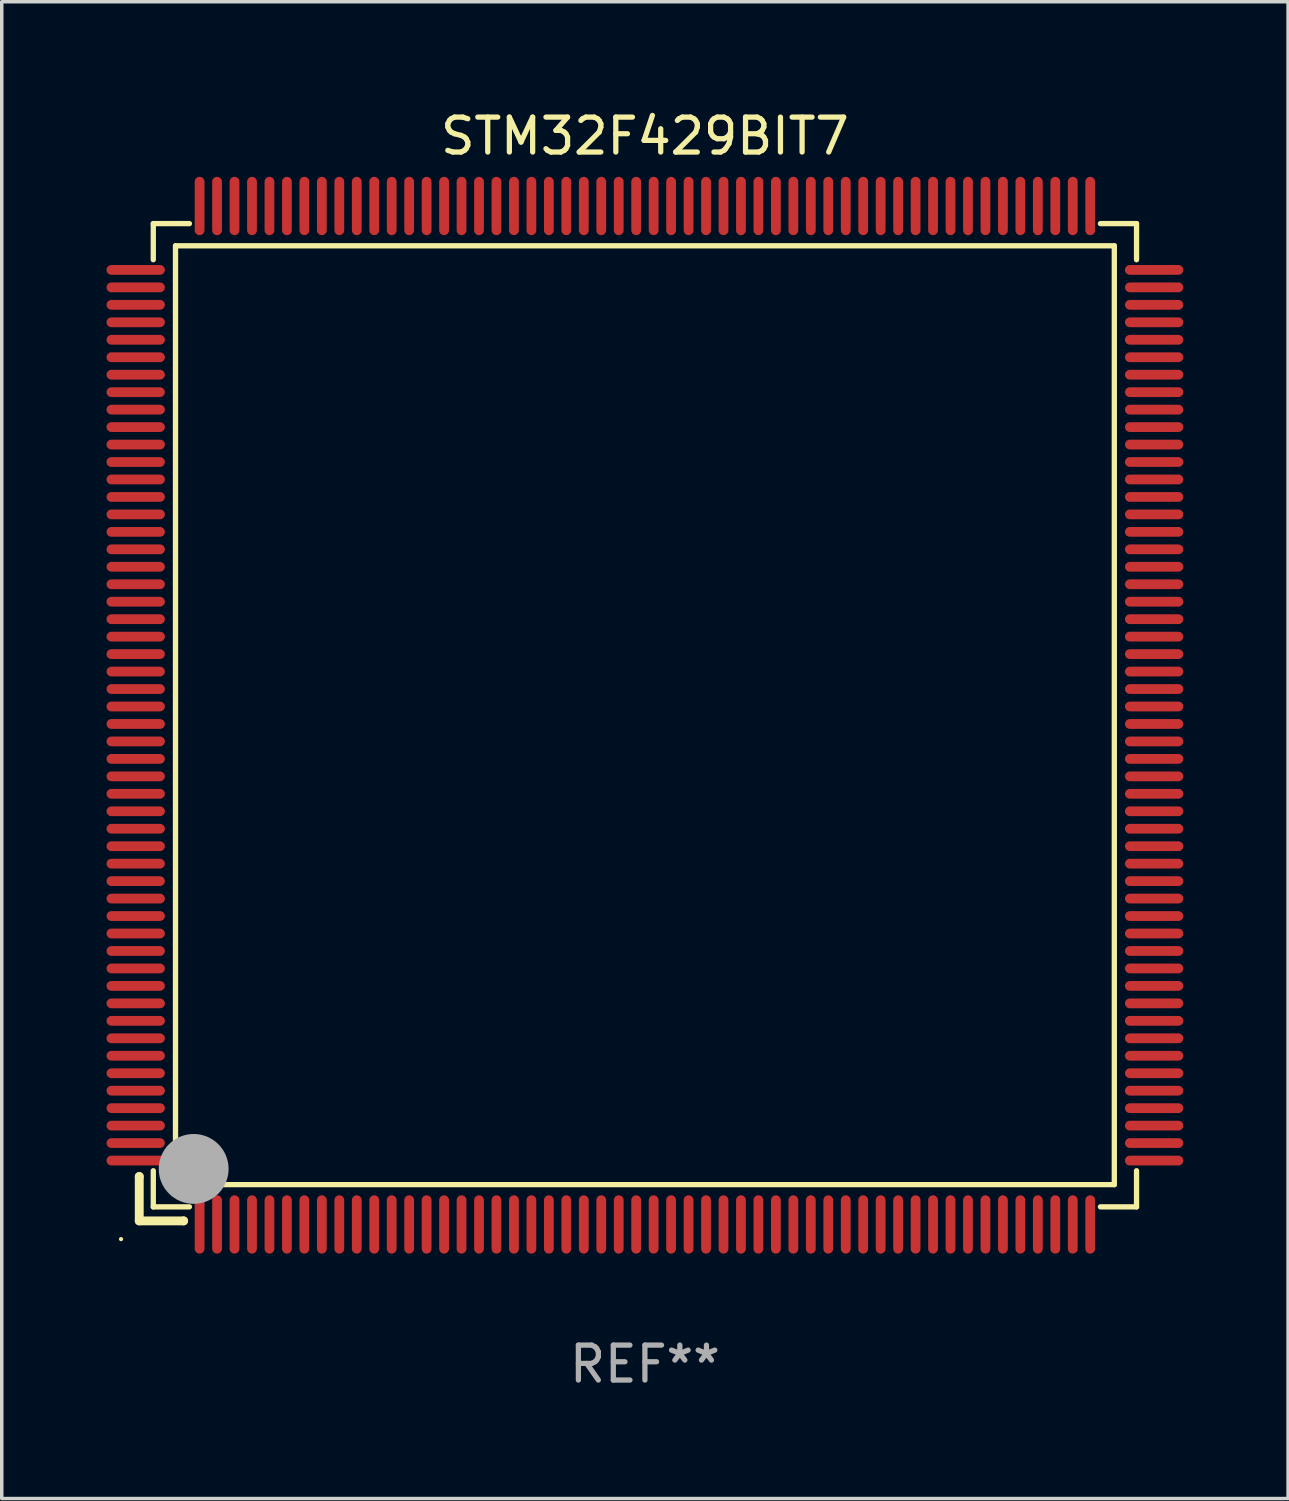
<source format=kicad_pcb>
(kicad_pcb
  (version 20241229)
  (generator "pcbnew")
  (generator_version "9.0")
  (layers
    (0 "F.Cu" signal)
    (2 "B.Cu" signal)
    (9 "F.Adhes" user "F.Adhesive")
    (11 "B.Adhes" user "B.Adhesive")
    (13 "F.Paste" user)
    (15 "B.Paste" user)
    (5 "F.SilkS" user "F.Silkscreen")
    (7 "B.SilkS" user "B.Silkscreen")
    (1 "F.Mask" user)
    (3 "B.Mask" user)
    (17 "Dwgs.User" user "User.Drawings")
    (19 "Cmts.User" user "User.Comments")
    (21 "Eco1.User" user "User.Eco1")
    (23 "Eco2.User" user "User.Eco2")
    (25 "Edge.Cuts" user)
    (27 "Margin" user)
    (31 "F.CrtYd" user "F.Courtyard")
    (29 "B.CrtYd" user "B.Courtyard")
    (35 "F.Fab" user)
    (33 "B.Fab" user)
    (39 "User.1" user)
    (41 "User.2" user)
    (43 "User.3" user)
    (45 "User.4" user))
  (footprint "STM32F429BIT7"
    (layer "F.Cu")
    (at 15.415 17.428)
    (property "Reference" "STM32F429BIT7" (at 0 -16.58 0) (layer "F.SilkS") (effects (font (size 1 1) (thickness 0.15))))
    (attr through_hole)
    (fp_line (start -14.478 13.208) (end -14.478 13.208) (stroke (width 0.254) (type solid)) (layer "F.SilkS"))
    (fp_line (start -14.478 13.208) (end -14.478 14.478) (stroke (width 0.254) (type solid)) (layer "F.SilkS"))
    (fp_line (start -14.478 14.478) (end -13.208 14.478) (stroke (width 0.254) (type solid)) (layer "F.SilkS"))
    (fp_line (start -14.076 -14.076) (end -14.076 -13.042) (stroke (width 0.152) (type solid)) (layer "F.SilkS"))
    (fp_line (start -14.076 14.076) (end -14.076 13.042) (stroke (width 0.152) (type solid)) (layer "F.SilkS"))
    (fp_line (start -13.44 -13.44) (end 13.44 -13.44) (stroke (width 0.152) (type solid)) (layer "F.SilkS"))
    (fp_line (start -13.44 13.44) (end -13.44 -13.44) (stroke (width 0.152) (type solid)) (layer "F.SilkS"))
    (fp_line (start -13.208 14.478) (end -13.208 14.478) (stroke (width 0.254) (type solid)) (layer "F.SilkS"))
    (fp_line (start -13.042 -14.076) (end -14.076 -14.076) (stroke (width 0.152) (type solid)) (layer "F.SilkS"))
    (fp_line (start -13.042 14.076) (end -14.076 14.076) (stroke (width 0.152) (type solid)) (layer "F.SilkS"))
    (fp_line (start 13.042 -14.076) (end 14.076 -14.076) (stroke (width 0.152) (type solid)) (layer "F.SilkS"))
    (fp_line (start 13.042 14.076) (end 14.076 14.076) (stroke (width 0.152) (type solid)) (layer "F.SilkS"))
    (fp_line (start 13.44 -13.44) (end 13.44 13.44) (stroke (width 0.152) (type solid)) (layer "F.SilkS"))
    (fp_line (start 13.44 13.44) (end -13.44 13.44) (stroke (width 0.152) (type solid)) (layer "F.SilkS"))
    (fp_line (start 14.076 -14.076) (end 14.076 -13.042) (stroke (width 0.152) (type solid)) (layer "F.SilkS"))
    (fp_line (start 14.076 14.076) (end 14.076 13.042) (stroke (width 0.152) (type solid)) (layer "F.SilkS"))
    (fp_circle (center -15 15) (end -14.97 15) (stroke (width 0.06) (type solid)) (fill no) (layer "F.SilkS"))
    (fp_circle (center -13.138 13.138) (end -13.063 13.138) (stroke (width 0.15) (type solid)) (fill no) (layer "F.SilkS"))
    (fp_circle (center -12.92 12.99) (end -12.42 12.99) (stroke (width 1) (type solid)) (fill no) (layer "F.Fab"))
    (fp_text user "REF**" (at 0 18.58 0) (layer "F.Fab") (effects (font (size 1 1) (thickness 0.15))))
    (pad "1" smd oval (at -12.75 14.58) (size 0.28 1.67) (layers "F.Cu" "F.Mask" "F.Paste"))
    (pad "2" smd oval (at -12.25 14.58) (size 0.28 1.67) (layers "F.Cu" "F.Mask" "F.Paste"))
    (pad "3" smd oval (at -11.75 14.58) (size 0.28 1.67) (layers "F.Cu" "F.Mask" "F.Paste"))
    (pad "4" smd oval (at -11.25 14.58) (size 0.28 1.67) (layers "F.Cu" "F.Mask" "F.Paste"))
    (pad "5" smd oval (at -10.75 14.58) (size 0.28 1.67) (layers "F.Cu" "F.Mask" "F.Paste"))
    (pad "6" smd oval (at -10.25 14.58) (size 0.28 1.67) (layers "F.Cu" "F.Mask" "F.Paste"))
    (pad "7" smd oval (at -9.75 14.58) (size 0.28 1.67) (layers "F.Cu" "F.Mask" "F.Paste"))
    (pad "8" smd oval (at -9.25 14.58) (size 0.28 1.67) (layers "F.Cu" "F.Mask" "F.Paste"))
    (pad "9" smd oval (at -8.75 14.58) (size 0.28 1.67) (layers "F.Cu" "F.Mask" "F.Paste"))
    (pad "10" smd oval (at -8.25 14.58) (size 0.28 1.67) (layers "F.Cu" "F.Mask" "F.Paste"))
    (pad "11" smd oval (at -7.75 14.58) (size 0.28 1.67) (layers "F.Cu" "F.Mask" "F.Paste"))
    (pad "12" smd oval (at -7.25 14.58) (size 0.28 1.67) (layers "F.Cu" "F.Mask" "F.Paste"))
    (pad "13" smd oval (at -6.75 14.58) (size 0.28 1.67) (layers "F.Cu" "F.Mask" "F.Paste"))
    (pad "14" smd oval (at -6.25 14.58) (size 0.28 1.67) (layers "F.Cu" "F.Mask" "F.Paste"))
    (pad "15" smd oval (at -5.75 14.58) (size 0.28 1.67) (layers "F.Cu" "F.Mask" "F.Paste"))
    (pad "16" smd oval (at -5.25 14.58) (size 0.28 1.67) (layers "F.Cu" "F.Mask" "F.Paste"))
    (pad "17" smd oval (at -4.75 14.58) (size 0.28 1.67) (layers "F.Cu" "F.Mask" "F.Paste"))
    (pad "18" smd oval (at -4.25 14.58) (size 0.28 1.67) (layers "F.Cu" "F.Mask" "F.Paste"))
    (pad "19" smd oval (at -3.75 14.58) (size 0.28 1.67) (layers "F.Cu" "F.Mask" "F.Paste"))
    (pad "20" smd oval (at -3.25 14.58) (size 0.28 1.67) (layers "F.Cu" "F.Mask" "F.Paste"))
    (pad "21" smd oval (at -2.75 14.58) (size 0.28 1.67) (layers "F.Cu" "F.Mask" "F.Paste"))
    (pad "22" smd oval (at -2.25 14.58) (size 0.28 1.67) (layers "F.Cu" "F.Mask" "F.Paste"))
    (pad "23" smd oval (at -1.75 14.58) (size 0.28 1.67) (layers "F.Cu" "F.Mask" "F.Paste"))
    (pad "24" smd oval (at -1.25 14.58) (size 0.28 1.67) (layers "F.Cu" "F.Mask" "F.Paste"))
    (pad "25" smd oval (at -0.75 14.58) (size 0.28 1.67) (layers "F.Cu" "F.Mask" "F.Paste"))
    (pad "26" smd oval (at -0.25 14.58) (size 0.28 1.67) (layers "F.Cu" "F.Mask" "F.Paste"))
    (pad "27" smd oval (at 0.25 14.58) (size 0.28 1.67) (layers "F.Cu" "F.Mask" "F.Paste"))
    (pad "28" smd oval (at 0.75 14.58) (size 0.28 1.67) (layers "F.Cu" "F.Mask" "F.Paste"))
    (pad "29" smd oval (at 1.25 14.58) (size 0.28 1.67) (layers "F.Cu" "F.Mask" "F.Paste"))
    (pad "30" smd oval (at 1.75 14.58) (size 0.28 1.67) (layers "F.Cu" "F.Mask" "F.Paste"))
    (pad "31" smd oval (at 2.25 14.58) (size 0.28 1.67) (layers "F.Cu" "F.Mask" "F.Paste"))
    (pad "32" smd oval (at 2.75 14.58) (size 0.28 1.67) (layers "F.Cu" "F.Mask" "F.Paste"))
    (pad "33" smd oval (at 3.25 14.58) (size 0.28 1.67) (layers "F.Cu" "F.Mask" "F.Paste"))
    (pad "34" smd oval (at 3.75 14.58) (size 0.28 1.67) (layers "F.Cu" "F.Mask" "F.Paste"))
    (pad "35" smd oval (at 4.25 14.58) (size 0.28 1.67) (layers "F.Cu" "F.Mask" "F.Paste"))
    (pad "36" smd oval (at 4.75 14.58) (size 0.28 1.67) (layers "F.Cu" "F.Mask" "F.Paste"))
    (pad "37" smd oval (at 5.25 14.58) (size 0.28 1.67) (layers "F.Cu" "F.Mask" "F.Paste"))
    (pad "38" smd oval (at 5.75 14.58) (size 0.28 1.67) (layers "F.Cu" "F.Mask" "F.Paste"))
    (pad "39" smd oval (at 6.25 14.58) (size 0.28 1.67) (layers "F.Cu" "F.Mask" "F.Paste"))
    (pad "40" smd oval (at 6.75 14.58) (size 0.28 1.67) (layers "F.Cu" "F.Mask" "F.Paste"))
    (pad "41" smd oval (at 7.25 14.58) (size 0.28 1.67) (layers "F.Cu" "F.Mask" "F.Paste"))
    (pad "42" smd oval (at 7.75 14.58) (size 0.28 1.67) (layers "F.Cu" "F.Mask" "F.Paste"))
    (pad "43" smd oval (at 8.25 14.58) (size 0.28 1.67) (layers "F.Cu" "F.Mask" "F.Paste"))
    (pad "44" smd oval (at 8.75 14.58) (size 0.28 1.67) (layers "F.Cu" "F.Mask" "F.Paste"))
    (pad "45" smd oval (at 9.25 14.58) (size 0.28 1.67) (layers "F.Cu" "F.Mask" "F.Paste"))
    (pad "46" smd oval (at 9.75 14.58) (size 0.28 1.67) (layers "F.Cu" "F.Mask" "F.Paste"))
    (pad "47" smd oval (at 10.25 14.58) (size 0.28 1.67) (layers "F.Cu" "F.Mask" "F.Paste"))
    (pad "48" smd oval (at 10.75 14.58) (size 0.28 1.67) (layers "F.Cu" "F.Mask" "F.Paste"))
    (pad "49" smd oval (at 11.25 14.58) (size 0.28 1.67) (layers "F.Cu" "F.Mask" "F.Paste"))
    (pad "50" smd oval (at 11.75 14.58) (size 0.28 1.67) (layers "F.Cu" "F.Mask" "F.Paste"))
    (pad "51" smd oval (at 12.25 14.58) (size 0.28 1.67) (layers "F.Cu" "F.Mask" "F.Paste"))
    (pad "52" smd oval (at 12.75 14.58) (size 0.28 1.67) (layers "F.Cu" "F.Mask" "F.Paste"))
    (pad "53" smd oval (at 14.58 12.75) (size 1.67 0.28) (layers "F.Cu" "F.Mask" "F.Paste"))
    (pad "54" smd oval (at 14.58 12.25) (size 1.67 0.28) (layers "F.Cu" "F.Mask" "F.Paste"))
    (pad "55" smd oval (at 14.58 11.75) (size 1.67 0.28) (layers "F.Cu" "F.Mask" "F.Paste"))
    (pad "56" smd oval (at 14.58 11.25) (size 1.67 0.28) (layers "F.Cu" "F.Mask" "F.Paste"))
    (pad "57" smd oval (at 14.58 10.75) (size 1.67 0.28) (layers "F.Cu" "F.Mask" "F.Paste"))
    (pad "58" smd oval (at 14.58 10.25) (size 1.67 0.28) (layers "F.Cu" "F.Mask" "F.Paste"))
    (pad "59" smd oval (at 14.58 9.75) (size 1.67 0.28) (layers "F.Cu" "F.Mask" "F.Paste"))
    (pad "60" smd oval (at 14.58 9.25) (size 1.67 0.28) (layers "F.Cu" "F.Mask" "F.Paste"))
    (pad "61" smd oval (at 14.58 8.75) (size 1.67 0.28) (layers "F.Cu" "F.Mask" "F.Paste"))
    (pad "62" smd oval (at 14.58 8.25) (size 1.67 0.28) (layers "F.Cu" "F.Mask" "F.Paste"))
    (pad "63" smd oval (at 14.58 7.75) (size 1.67 0.28) (layers "F.Cu" "F.Mask" "F.Paste"))
    (pad "64" smd oval (at 14.58 7.25) (size 1.67 0.28) (layers "F.Cu" "F.Mask" "F.Paste"))
    (pad "65" smd oval (at 14.58 6.75) (size 1.67 0.28) (layers "F.Cu" "F.Mask" "F.Paste"))
    (pad "66" smd oval (at 14.58 6.25) (size 1.67 0.28) (layers "F.Cu" "F.Mask" "F.Paste"))
    (pad "67" smd oval (at 14.58 5.75) (size 1.67 0.28) (layers "F.Cu" "F.Mask" "F.Paste"))
    (pad "68" smd oval (at 14.58 5.25) (size 1.67 0.28) (layers "F.Cu" "F.Mask" "F.Paste"))
    (pad "69" smd oval (at 14.58 4.75) (size 1.67 0.28) (layers "F.Cu" "F.Mask" "F.Paste"))
    (pad "70" smd oval (at 14.58 4.25) (size 1.67 0.28) (layers "F.Cu" "F.Mask" "F.Paste"))
    (pad "71" smd oval (at 14.58 3.75) (size 1.67 0.28) (layers "F.Cu" "F.Mask" "F.Paste"))
    (pad "72" smd oval (at 14.58 3.25) (size 1.67 0.28) (layers "F.Cu" "F.Mask" "F.Paste"))
    (pad "73" smd oval (at 14.58 2.75) (size 1.67 0.28) (layers "F.Cu" "F.Mask" "F.Paste"))
    (pad "74" smd oval (at 14.58 2.25) (size 1.67 0.28) (layers "F.Cu" "F.Mask" "F.Paste"))
    (pad "75" smd oval (at 14.58 1.75) (size 1.67 0.28) (layers "F.Cu" "F.Mask" "F.Paste"))
    (pad "76" smd oval (at 14.58 1.25) (size 1.67 0.28) (layers "F.Cu" "F.Mask" "F.Paste"))
    (pad "77" smd oval (at 14.58 0.75) (size 1.67 0.28) (layers "F.Cu" "F.Mask" "F.Paste"))
    (pad "78" smd oval (at 14.58 0.25) (size 1.67 0.28) (layers "F.Cu" "F.Mask" "F.Paste"))
    (pad "79" smd oval (at 14.58 -0.25) (size 1.67 0.28) (layers "F.Cu" "F.Mask" "F.Paste"))
    (pad "80" smd oval (at 14.58 -0.75) (size 1.67 0.28) (layers "F.Cu" "F.Mask" "F.Paste"))
    (pad "81" smd oval (at 14.58 -1.25) (size 1.67 0.28) (layers "F.Cu" "F.Mask" "F.Paste"))
    (pad "82" smd oval (at 14.58 -1.75) (size 1.67 0.28) (layers "F.Cu" "F.Mask" "F.Paste"))
    (pad "83" smd oval (at 14.58 -2.25) (size 1.67 0.28) (layers "F.Cu" "F.Mask" "F.Paste"))
    (pad "84" smd oval (at 14.58 -2.75) (size 1.67 0.28) (layers "F.Cu" "F.Mask" "F.Paste"))
    (pad "85" smd oval (at 14.58 -3.25) (size 1.67 0.28) (layers "F.Cu" "F.Mask" "F.Paste"))
    (pad "86" smd oval (at 14.58 -3.75) (size 1.67 0.28) (layers "F.Cu" "F.Mask" "F.Paste"))
    (pad "87" smd oval (at 14.58 -4.25) (size 1.67 0.28) (layers "F.Cu" "F.Mask" "F.Paste"))
    (pad "88" smd oval (at 14.58 -4.75) (size 1.67 0.28) (layers "F.Cu" "F.Mask" "F.Paste"))
    (pad "89" smd oval (at 14.58 -5.25) (size 1.67 0.28) (layers "F.Cu" "F.Mask" "F.Paste"))
    (pad "90" smd oval (at 14.58 -5.75) (size 1.67 0.28) (layers "F.Cu" "F.Mask" "F.Paste"))
    (pad "91" smd oval (at 14.58 -6.25) (size 1.67 0.28) (layers "F.Cu" "F.Mask" "F.Paste"))
    (pad "92" smd oval (at 14.58 -6.75) (size 1.67 0.28) (layers "F.Cu" "F.Mask" "F.Paste"))
    (pad "93" smd oval (at 14.58 -7.25) (size 1.67 0.28) (layers "F.Cu" "F.Mask" "F.Paste"))
    (pad "94" smd oval (at 14.58 -7.75) (size 1.67 0.28) (layers "F.Cu" "F.Mask" "F.Paste"))
    (pad "95" smd oval (at 14.58 -8.25) (size 1.67 0.28) (layers "F.Cu" "F.Mask" "F.Paste"))
    (pad "96" smd oval (at 14.58 -8.75) (size 1.67 0.28) (layers "F.Cu" "F.Mask" "F.Paste"))
    (pad "97" smd oval (at 14.58 -9.25) (size 1.67 0.28) (layers "F.Cu" "F.Mask" "F.Paste"))
    (pad "98" smd oval (at 14.58 -9.75) (size 1.67 0.28) (layers "F.Cu" "F.Mask" "F.Paste"))
    (pad "99" smd oval (at 14.58 -10.25) (size 1.67 0.28) (layers "F.Cu" "F.Mask" "F.Paste"))
    (pad "100" smd oval (at 14.58 -10.75) (size 1.67 0.28) (layers "F.Cu" "F.Mask" "F.Paste"))
    (pad "101" smd oval (at 14.58 -11.25) (size 1.67 0.28) (layers "F.Cu" "F.Mask" "F.Paste"))
    (pad "102" smd oval (at 14.58 -11.75) (size 1.67 0.28) (layers "F.Cu" "F.Mask" "F.Paste"))
    (pad "103" smd oval (at 14.58 -12.25) (size 1.67 0.28) (layers "F.Cu" "F.Mask" "F.Paste"))
    (pad "104" smd oval (at 14.58 -12.75) (size 1.67 0.28) (layers "F.Cu" "F.Mask" "F.Paste"))
    (pad "105" smd oval (at 12.75 -14.58) (size 0.28 1.67) (layers "F.Cu" "F.Mask" "F.Paste"))
    (pad "106" smd oval (at 12.25 -14.58) (size 0.28 1.67) (layers "F.Cu" "F.Mask" "F.Paste"))
    (pad "107" smd oval (at 11.75 -14.58) (size 0.28 1.67) (layers "F.Cu" "F.Mask" "F.Paste"))
    (pad "108" smd oval (at 11.25 -14.58) (size 0.28 1.67) (layers "F.Cu" "F.Mask" "F.Paste"))
    (pad "109" smd oval (at 10.75 -14.58) (size 0.28 1.67) (layers "F.Cu" "F.Mask" "F.Paste"))
    (pad "110" smd oval (at 10.25 -14.58) (size 0.28 1.67) (layers "F.Cu" "F.Mask" "F.Paste"))
    (pad "111" smd oval (at 9.75 -14.58) (size 0.28 1.67) (layers "F.Cu" "F.Mask" "F.Paste"))
    (pad "112" smd oval (at 9.25 -14.58) (size 0.28 1.67) (layers "F.Cu" "F.Mask" "F.Paste"))
    (pad "113" smd oval (at 8.75 -14.58) (size 0.28 1.67) (layers "F.Cu" "F.Mask" "F.Paste"))
    (pad "114" smd oval (at 8.25 -14.58) (size 0.28 1.67) (layers "F.Cu" "F.Mask" "F.Paste"))
    (pad "115" smd oval (at 7.75 -14.58) (size 0.28 1.67) (layers "F.Cu" "F.Mask" "F.Paste"))
    (pad "116" smd oval (at 7.25 -14.58) (size 0.28 1.67) (layers "F.Cu" "F.Mask" "F.Paste"))
    (pad "117" smd oval (at 6.75 -14.58) (size 0.28 1.67) (layers "F.Cu" "F.Mask" "F.Paste"))
    (pad "118" smd oval (at 6.25 -14.58) (size 0.28 1.67) (layers "F.Cu" "F.Mask" "F.Paste"))
    (pad "119" smd oval (at 5.75 -14.58) (size 0.28 1.67) (layers "F.Cu" "F.Mask" "F.Paste"))
    (pad "120" smd oval (at 5.25 -14.58) (size 0.28 1.67) (layers "F.Cu" "F.Mask" "F.Paste"))
    (pad "121" smd oval (at 4.75 -14.58) (size 0.28 1.67) (layers "F.Cu" "F.Mask" "F.Paste"))
    (pad "122" smd oval (at 4.25 -14.58) (size 0.28 1.67) (layers "F.Cu" "F.Mask" "F.Paste"))
    (pad "123" smd oval (at 3.75 -14.58) (size 0.28 1.67) (layers "F.Cu" "F.Mask" "F.Paste"))
    (pad "124" smd oval (at 3.25 -14.58) (size 0.28 1.67) (layers "F.Cu" "F.Mask" "F.Paste"))
    (pad "125" smd oval (at 2.75 -14.58) (size 0.28 1.67) (layers "F.Cu" "F.Mask" "F.Paste"))
    (pad "126" smd oval (at 2.25 -14.58) (size 0.28 1.67) (layers "F.Cu" "F.Mask" "F.Paste"))
    (pad "127" smd oval (at 1.75 -14.58) (size 0.28 1.67) (layers "F.Cu" "F.Mask" "F.Paste"))
    (pad "128" smd oval (at 1.25 -14.58) (size 0.28 1.67) (layers "F.Cu" "F.Mask" "F.Paste"))
    (pad "129" smd oval (at 0.75 -14.58) (size 0.28 1.67) (layers "F.Cu" "F.Mask" "F.Paste"))
    (pad "130" smd oval (at 0.25 -14.58) (size 0.28 1.67) (layers "F.Cu" "F.Mask" "F.Paste"))
    (pad "131" smd oval (at -0.25 -14.58) (size 0.28 1.67) (layers "F.Cu" "F.Mask" "F.Paste"))
    (pad "132" smd oval (at -0.75 -14.58) (size 0.28 1.67) (layers "F.Cu" "F.Mask" "F.Paste"))
    (pad "133" smd oval (at -1.25 -14.58) (size 0.28 1.67) (layers "F.Cu" "F.Mask" "F.Paste"))
    (pad "134" smd oval (at -1.75 -14.58) (size 0.28 1.67) (layers "F.Cu" "F.Mask" "F.Paste"))
    (pad "135" smd oval (at -2.25 -14.58) (size 0.28 1.67) (layers "F.Cu" "F.Mask" "F.Paste"))
    (pad "136" smd oval (at -2.75 -14.58) (size 0.28 1.67) (layers "F.Cu" "F.Mask" "F.Paste"))
    (pad "137" smd oval (at -3.25 -14.58) (size 0.28 1.67) (layers "F.Cu" "F.Mask" "F.Paste"))
    (pad "138" smd oval (at -3.75 -14.58) (size 0.28 1.67) (layers "F.Cu" "F.Mask" "F.Paste"))
    (pad "139" smd oval (at -4.25 -14.58) (size 0.28 1.67) (layers "F.Cu" "F.Mask" "F.Paste"))
    (pad "140" smd oval (at -4.75 -14.58) (size 0.28 1.67) (layers "F.Cu" "F.Mask" "F.Paste"))
    (pad "141" smd oval (at -5.25 -14.58) (size 0.28 1.67) (layers "F.Cu" "F.Mask" "F.Paste"))
    (pad "142" smd oval (at -5.75 -14.58) (size 0.28 1.67) (layers "F.Cu" "F.Mask" "F.Paste"))
    (pad "143" smd oval (at -6.25 -14.58) (size 0.28 1.67) (layers "F.Cu" "F.Mask" "F.Paste"))
    (pad "144" smd oval (at -6.75 -14.58) (size 0.28 1.67) (layers "F.Cu" "F.Mask" "F.Paste"))
    (pad "145" smd oval (at -7.25 -14.58) (size 0.28 1.67) (layers "F.Cu" "F.Mask" "F.Paste"))
    (pad "146" smd oval (at -7.75 -14.58) (size 0.28 1.67) (layers "F.Cu" "F.Mask" "F.Paste"))
    (pad "147" smd oval (at -8.25 -14.58) (size 0.28 1.67) (layers "F.Cu" "F.Mask" "F.Paste"))
    (pad "148" smd oval (at -8.75 -14.58) (size 0.28 1.67) (layers "F.Cu" "F.Mask" "F.Paste"))
    (pad "149" smd oval (at -9.25 -14.58) (size 0.28 1.67) (layers "F.Cu" "F.Mask" "F.Paste"))
    (pad "150" smd oval (at -9.75 -14.58) (size 0.28 1.67) (layers "F.Cu" "F.Mask" "F.Paste"))
    (pad "151" smd oval (at -10.25 -14.58) (size 0.28 1.67) (layers "F.Cu" "F.Mask" "F.Paste"))
    (pad "152" smd oval (at -10.75 -14.58) (size 0.28 1.67) (layers "F.Cu" "F.Mask" "F.Paste"))
    (pad "153" smd oval (at -11.25 -14.58) (size 0.28 1.67) (layers "F.Cu" "F.Mask" "F.Paste"))
    (pad "154" smd oval (at -11.75 -14.58) (size 0.28 1.67) (layers "F.Cu" "F.Mask" "F.Paste"))
    (pad "155" smd oval (at -12.25 -14.58) (size 0.28 1.67) (layers "F.Cu" "F.Mask" "F.Paste"))
    (pad "156" smd oval (at -12.75 -14.58) (size 0.28 1.67) (layers "F.Cu" "F.Mask" "F.Paste"))
    (pad "157" smd oval (at -14.58 -12.75) (size 1.67 0.28) (layers "F.Cu" "F.Mask" "F.Paste"))
    (pad "158" smd oval (at -14.58 -12.25) (size 1.67 0.28) (layers "F.Cu" "F.Mask" "F.Paste"))
    (pad "159" smd oval (at -14.58 -11.75) (size 1.67 0.28) (layers "F.Cu" "F.Mask" "F.Paste"))
    (pad "160" smd oval (at -14.58 -11.25) (size 1.67 0.28) (layers "F.Cu" "F.Mask" "F.Paste"))
    (pad "161" smd oval (at -14.58 -10.75) (size 1.67 0.28) (layers "F.Cu" "F.Mask" "F.Paste"))
    (pad "162" smd oval (at -14.58 -10.25) (size 1.67 0.28) (layers "F.Cu" "F.Mask" "F.Paste"))
    (pad "163" smd oval (at -14.58 -9.75) (size 1.67 0.28) (layers "F.Cu" "F.Mask" "F.Paste"))
    (pad "164" smd oval (at -14.58 -9.25) (size 1.67 0.28) (layers "F.Cu" "F.Mask" "F.Paste"))
    (pad "165" smd oval (at -14.58 -8.75) (size 1.67 0.28) (layers "F.Cu" "F.Mask" "F.Paste"))
    (pad "166" smd oval (at -14.58 -8.25) (size 1.67 0.28) (layers "F.Cu" "F.Mask" "F.Paste"))
    (pad "167" smd oval (at -14.58 -7.75) (size 1.67 0.28) (layers "F.Cu" "F.Mask" "F.Paste"))
    (pad "168" smd oval (at -14.58 -7.25) (size 1.67 0.28) (layers "F.Cu" "F.Mask" "F.Paste"))
    (pad "169" smd oval (at -14.58 -6.75) (size 1.67 0.28) (layers "F.Cu" "F.Mask" "F.Paste"))
    (pad "170" smd oval (at -14.58 -6.25) (size 1.67 0.28) (layers "F.Cu" "F.Mask" "F.Paste"))
    (pad "171" smd oval (at -14.58 -5.75) (size 1.67 0.28) (layers "F.Cu" "F.Mask" "F.Paste"))
    (pad "172" smd oval (at -14.58 -5.25) (size 1.67 0.28) (layers "F.Cu" "F.Mask" "F.Paste"))
    (pad "173" smd oval (at -14.58 -4.75) (size 1.67 0.28) (layers "F.Cu" "F.Mask" "F.Paste"))
    (pad "174" smd oval (at -14.58 -4.25) (size 1.67 0.28) (layers "F.Cu" "F.Mask" "F.Paste"))
    (pad "175" smd oval (at -14.58 -3.75) (size 1.67 0.28) (layers "F.Cu" "F.Mask" "F.Paste"))
    (pad "176" smd oval (at -14.58 -3.25) (size 1.67 0.28) (layers "F.Cu" "F.Mask" "F.Paste"))
    (pad "177" smd oval (at -14.58 -2.75) (size 1.67 0.28) (layers "F.Cu" "F.Mask" "F.Paste"))
    (pad "178" smd oval (at -14.58 -2.25) (size 1.67 0.28) (layers "F.Cu" "F.Mask" "F.Paste"))
    (pad "179" smd oval (at -14.58 -1.75) (size 1.67 0.28) (layers "F.Cu" "F.Mask" "F.Paste"))
    (pad "180" smd oval (at -14.58 -1.25) (size 1.67 0.28) (layers "F.Cu" "F.Mask" "F.Paste"))
    (pad "181" smd oval (at -14.58 -0.75) (size 1.67 0.28) (layers "F.Cu" "F.Mask" "F.Paste"))
    (pad "182" smd oval (at -14.58 -0.25) (size 1.67 0.28) (layers "F.Cu" "F.Mask" "F.Paste"))
    (pad "183" smd oval (at -14.58 0.25) (size 1.67 0.28) (layers "F.Cu" "F.Mask" "F.Paste"))
    (pad "184" smd oval (at -14.58 0.75) (size 1.67 0.28) (layers "F.Cu" "F.Mask" "F.Paste"))
    (pad "185" smd oval (at -14.58 1.25) (size 1.67 0.28) (layers "F.Cu" "F.Mask" "F.Paste"))
    (pad "186" smd oval (at -14.58 1.75) (size 1.67 0.28) (layers "F.Cu" "F.Mask" "F.Paste"))
    (pad "187" smd oval (at -14.58 2.25) (size 1.67 0.28) (layers "F.Cu" "F.Mask" "F.Paste"))
    (pad "188" smd oval (at -14.58 2.75) (size 1.67 0.28) (layers "F.Cu" "F.Mask" "F.Paste"))
    (pad "189" smd oval (at -14.58 3.25) (size 1.67 0.28) (layers "F.Cu" "F.Mask" "F.Paste"))
    (pad "190" smd oval (at -14.58 3.75) (size 1.67 0.28) (layers "F.Cu" "F.Mask" "F.Paste"))
    (pad "191" smd oval (at -14.58 4.25) (size 1.67 0.28) (layers "F.Cu" "F.Mask" "F.Paste"))
    (pad "192" smd oval (at -14.58 4.75) (size 1.67 0.28) (layers "F.Cu" "F.Mask" "F.Paste"))
    (pad "193" smd oval (at -14.58 5.25) (size 1.67 0.28) (layers "F.Cu" "F.Mask" "F.Paste"))
    (pad "194" smd oval (at -14.58 5.75) (size 1.67 0.28) (layers "F.Cu" "F.Mask" "F.Paste"))
    (pad "195" smd oval (at -14.58 6.25) (size 1.67 0.28) (layers "F.Cu" "F.Mask" "F.Paste"))
    (pad "196" smd oval (at -14.58 6.75) (size 1.67 0.28) (layers "F.Cu" "F.Mask" "F.Paste"))
    (pad "197" smd oval (at -14.58 7.25) (size 1.67 0.28) (layers "F.Cu" "F.Mask" "F.Paste"))
    (pad "198" smd oval (at -14.58 7.75) (size 1.67 0.28) (layers "F.Cu" "F.Mask" "F.Paste"))
    (pad "199" smd oval (at -14.58 8.25) (size 1.67 0.28) (layers "F.Cu" "F.Mask" "F.Paste"))
    (pad "200" smd oval (at -14.58 8.75) (size 1.67 0.28) (layers "F.Cu" "F.Mask" "F.Paste"))
    (pad "201" smd oval (at -14.58 9.25) (size 1.67 0.28) (layers "F.Cu" "F.Mask" "F.Paste"))
    (pad "202" smd oval (at -14.58 9.75) (size 1.67 0.28) (layers "F.Cu" "F.Mask" "F.Paste"))
    (pad "203" smd oval (at -14.58 10.25) (size 1.67 0.28) (layers "F.Cu" "F.Mask" "F.Paste"))
    (pad "204" smd oval (at -14.58 10.75) (size 1.67 0.28) (layers "F.Cu" "F.Mask" "F.Paste"))
    (pad "205" smd oval (at -14.58 11.25) (size 1.67 0.28) (layers "F.Cu" "F.Mask" "F.Paste"))
    (pad "206" smd oval (at -14.58 11.75) (size 1.67 0.28) (layers "F.Cu" "F.Mask" "F.Paste"))
    (pad "207" smd oval (at -14.58 12.25) (size 1.67 0.28) (layers "F.Cu" "F.Mask" "F.Paste"))
    (pad "208" smd oval (at -14.58 12.75) (size 1.67 0.28) (layers "F.Cu" "F.Mask" "F.Paste")))
  (gr_rect
    (start -3 -3)
    (end 33.83 39.856)
    (stroke (width 0.1) (type default))
    (fill no)
    (layer "Edge.Cuts")))
</source>
